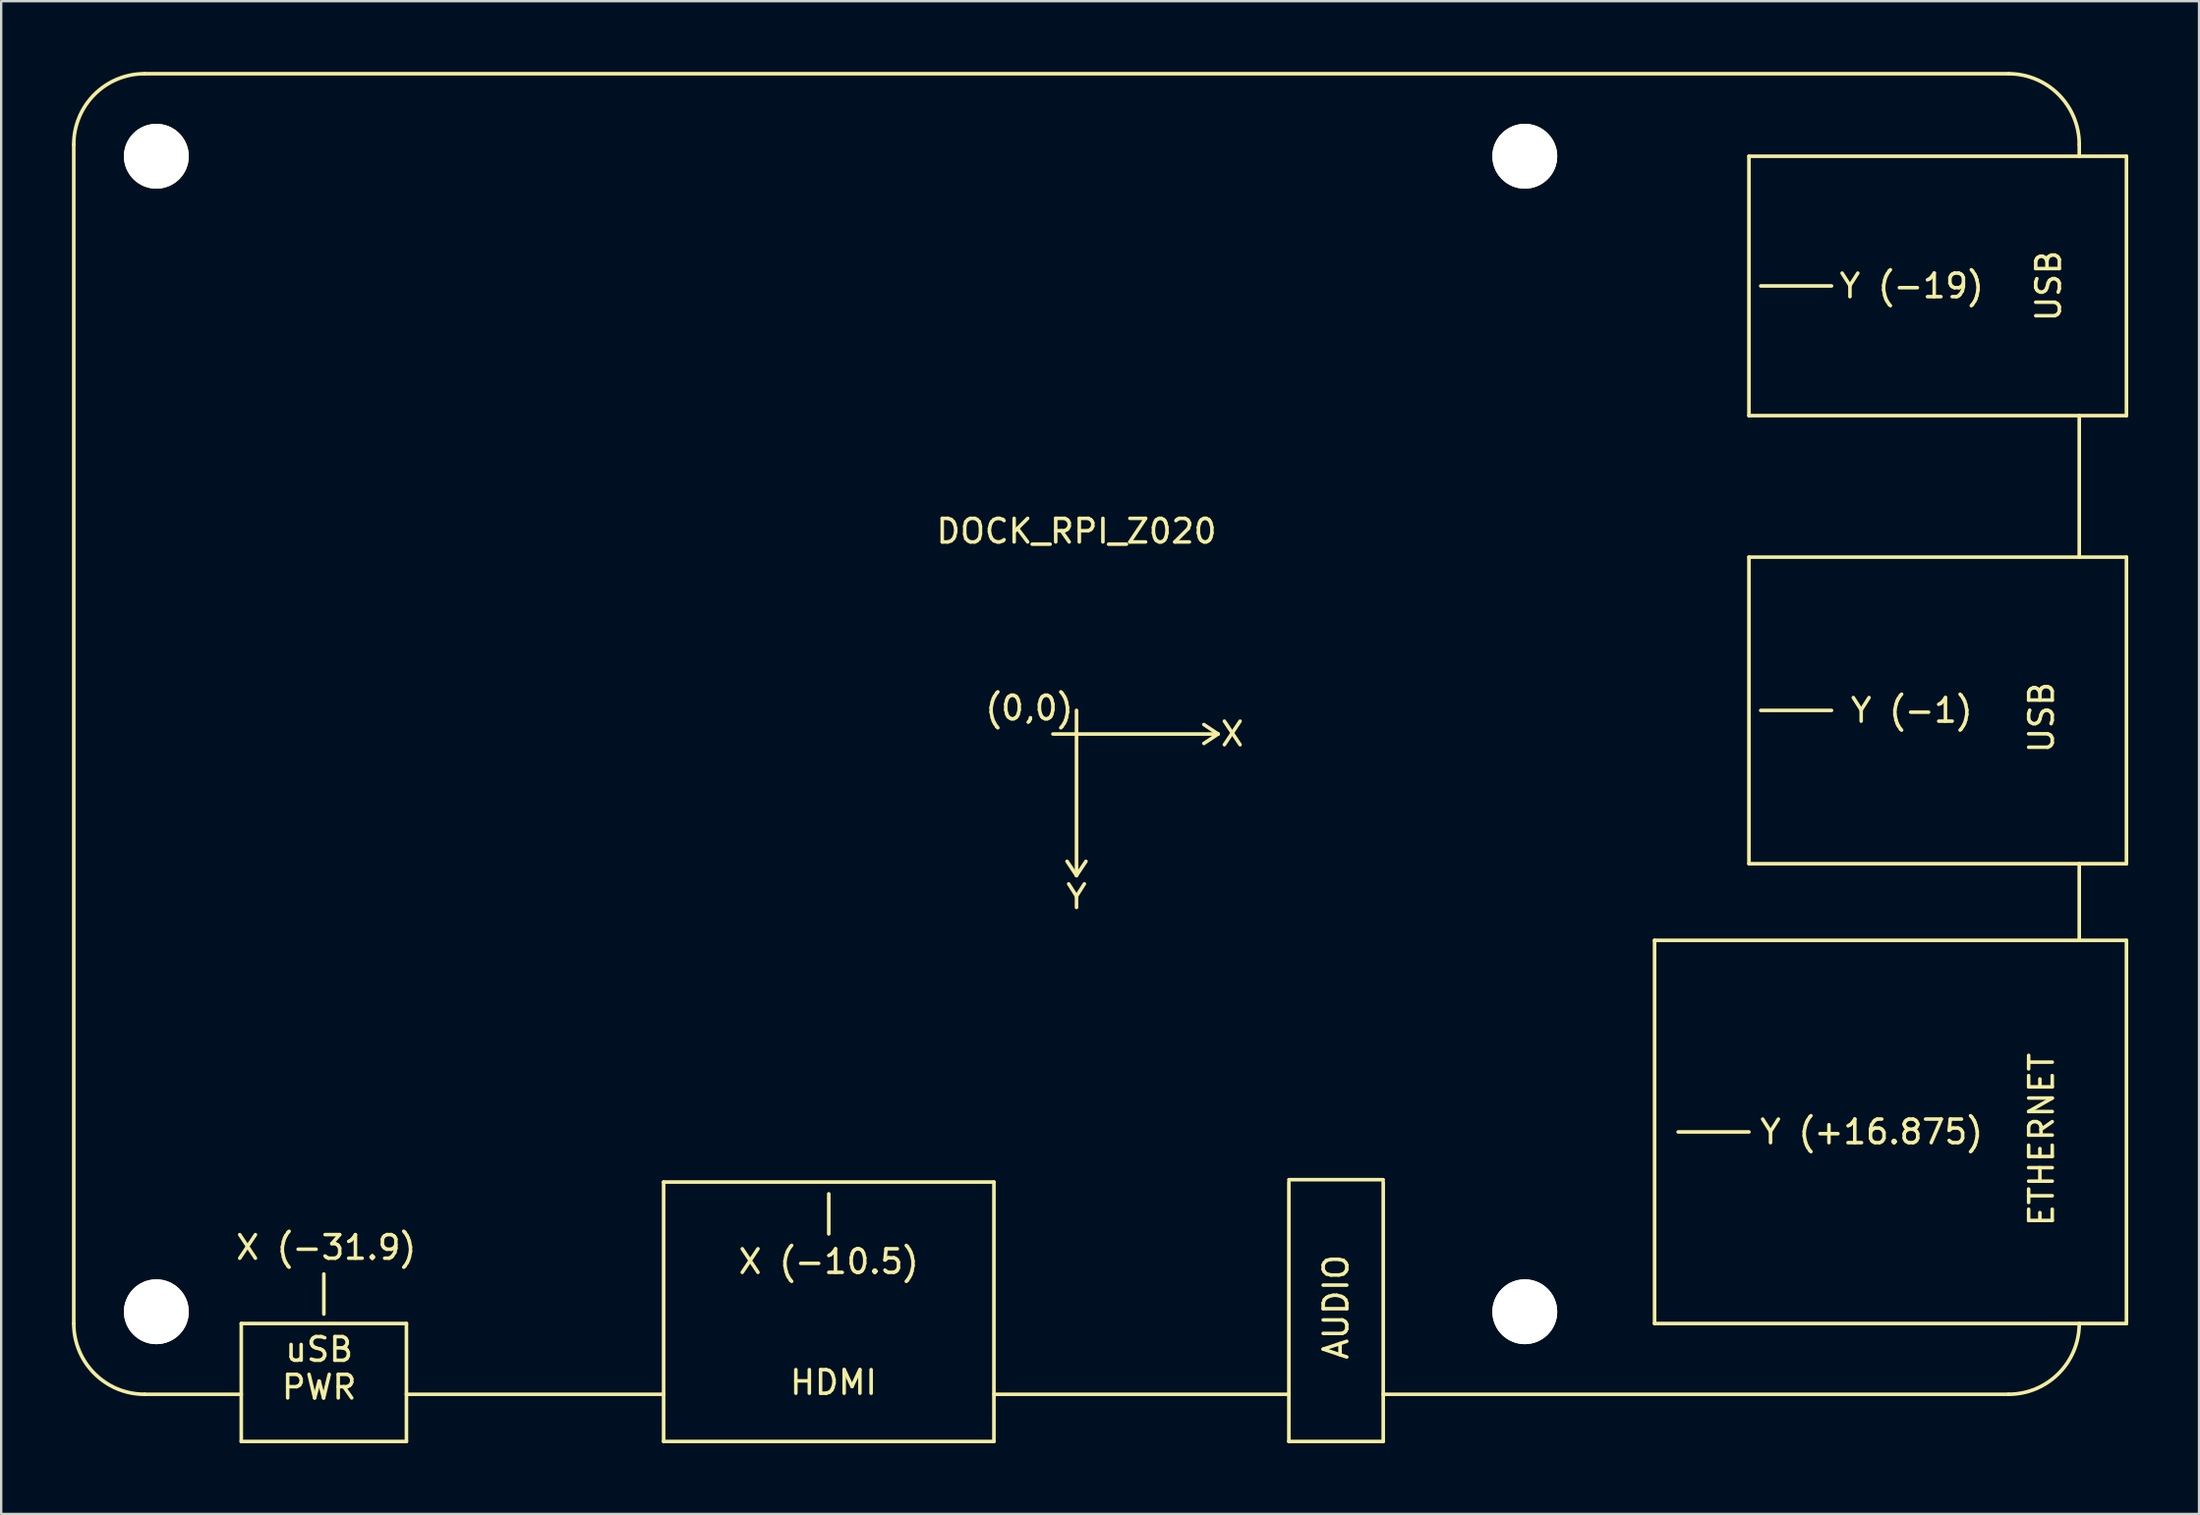
<source format=kicad_pcb>
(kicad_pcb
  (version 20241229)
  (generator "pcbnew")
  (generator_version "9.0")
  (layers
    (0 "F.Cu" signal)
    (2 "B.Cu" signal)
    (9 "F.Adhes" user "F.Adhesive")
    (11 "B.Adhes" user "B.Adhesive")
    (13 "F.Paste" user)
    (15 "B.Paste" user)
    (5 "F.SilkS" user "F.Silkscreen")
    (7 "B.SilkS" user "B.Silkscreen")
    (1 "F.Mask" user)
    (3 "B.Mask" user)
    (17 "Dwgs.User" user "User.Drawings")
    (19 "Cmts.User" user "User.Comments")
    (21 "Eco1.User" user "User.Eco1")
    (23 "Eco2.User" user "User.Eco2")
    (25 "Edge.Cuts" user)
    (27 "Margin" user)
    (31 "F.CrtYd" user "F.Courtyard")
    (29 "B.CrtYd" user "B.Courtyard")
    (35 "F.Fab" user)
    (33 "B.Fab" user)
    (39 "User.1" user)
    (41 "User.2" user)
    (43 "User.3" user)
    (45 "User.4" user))
  (footprint "DOCK_RPI_Z020"
    (layer "F.Cu")
    (at 42.576 28.076)
    (property "Reference" "DOCK_RPI_Z020" (at 0 -8.6 0) (layer "F.SilkS") (effects (font (size 1 1) (thickness 0.15))))
    (attr through_hole)
    (fp_line (start -42.5 -25) (end -42.5 25) (stroke (width 0.152) (type solid)) (layer "F.SilkS"))
    (fp_line (start -39.5 -28) (end 39.5 -28) (stroke (width 0.152) (type solid)) (layer "F.SilkS"))
    (fp_line (start -35.4 25) (end -35.4 30) (stroke (width 0.152) (type solid)) (layer "F.SilkS"))
    (fp_line (start -35.4 25) (end -28.4 25) (stroke (width 0.152) (type solid)) (layer "F.SilkS"))
    (fp_line (start -35.4 28) (end -39.5 28) (stroke (width 0.152) (type solid)) (layer "F.SilkS"))
    (fp_line (start -35.4 30) (end -28.4 30) (stroke (width 0.152) (type solid)) (layer "F.SilkS"))
    (fp_line (start -31.9 22.9) (end -31.9 24.6) (stroke (width 0.152) (type solid)) (layer "F.SilkS"))
    (fp_line (start -28.4 25) (end -28.4 30) (stroke (width 0.152) (type solid)) (layer "F.SilkS"))
    (fp_line (start -17.5 19) (end -17.5 30) (stroke (width 0.152) (type solid)) (layer "F.SilkS"))
    (fp_line (start -17.5 19) (end -3.5 19) (stroke (width 0.152) (type solid)) (layer "F.SilkS"))
    (fp_line (start -17.5 28) (end -28.4 28) (stroke (width 0.152) (type solid)) (layer "F.SilkS"))
    (fp_line (start -17.5 30) (end -3.5 30) (stroke (width 0.152) (type solid)) (layer "F.SilkS"))
    (fp_line (start -10.5 19.5) (end -10.5 21.2) (stroke (width 0.152) (type solid)) (layer "F.SilkS"))
    (fp_line (start -3.5 19) (end -3.5 30) (stroke (width 0.152) (type solid)) (layer "F.SilkS"))
    (fp_line (start -1 0) (end 6 0) (stroke (width 0.152) (type solid)) (layer "F.SilkS"))
    (fp_line (start 0 -1) (end 0 6) (stroke (width 0.152) (type solid)) (layer "F.SilkS"))
    (fp_line (start 0 6) (end -0.4 5.4) (stroke (width 0.152) (type solid)) (layer "F.SilkS"))
    (fp_line (start 0 6) (end 0.4 5.4) (stroke (width 0.152) (type solid)) (layer "F.SilkS"))
    (fp_line (start 6 0) (end 5.4 -0.4) (stroke (width 0.152) (type solid)) (layer "F.SilkS"))
    (fp_line (start 6 0) (end 5.4 0.4) (stroke (width 0.152) (type solid)) (layer "F.SilkS"))
    (fp_line (start 9 18.9) (end 13 18.9) (stroke (width 0.152) (type solid)) (layer "F.SilkS"))
    (fp_line (start 9 19) (end 9 30) (stroke (width 0.152) (type solid)) (layer "F.SilkS"))
    (fp_line (start 9 28) (end -3.5 28) (stroke (width 0.152) (type solid)) (layer "F.SilkS"))
    (fp_line (start 9 30) (end 13 30) (stroke (width 0.152) (type solid)) (layer "F.SilkS"))
    (fp_line (start 13 19) (end 13 30) (stroke (width 0.152) (type solid)) (layer "F.SilkS"))
    (fp_line (start 13 28) (end 39.5 28) (stroke (width 0.152) (type solid)) (layer "F.SilkS"))
    (fp_line (start 24.5 8.75) (end 24.5 25) (stroke (width 0.152) (type solid)) (layer "F.SilkS"))
    (fp_line (start 25.5 16.875) (end 28.5 16.875) (stroke (width 0.152) (type solid)) (layer "F.SilkS"))
    (fp_line (start 28.5 -24.5) (end 28.5 -13.5) (stroke (width 0.152) (type solid)) (layer "F.SilkS"))
    (fp_line (start 28.5 -7.5) (end 28.5 5.5) (stroke (width 0.152) (type solid)) (layer "F.SilkS"))
    (fp_line (start 29 -19) (end 32 -19) (stroke (width 0.152) (type solid)) (layer "F.SilkS"))
    (fp_line (start 29 -1) (end 32 -1) (stroke (width 0.152) (type solid)) (layer "F.SilkS"))
    (fp_line (start 42.5 -25) (end 42.5 -24.5) (stroke (width 0.152) (type solid)) (layer "F.SilkS"))
    (fp_line (start 42.5 -13.5) (end 42.5 -7.5) (stroke (width 0.152) (type solid)) (layer "F.SilkS"))
    (fp_line (start 42.5 5.5) (end 42.5 8.7) (stroke (width 0.152) (type solid)) (layer "F.SilkS"))
    (fp_line (start 44.5 -24.5) (end 28.5 -24.5) (stroke (width 0.152) (type solid)) (layer "F.SilkS"))
    (fp_line (start 44.5 -24.5) (end 44.5 -13.5) (stroke (width 0.152) (type solid)) (layer "F.SilkS"))
    (fp_line (start 44.5 -13.5) (end 28.5 -13.5) (stroke (width 0.152) (type solid)) (layer "F.SilkS"))
    (fp_line (start 44.5 -7.5) (end 28.5 -7.5) (stroke (width 0.152) (type solid)) (layer "F.SilkS"))
    (fp_line (start 44.5 -7.5) (end 44.5 5.5) (stroke (width 0.152) (type solid)) (layer "F.SilkS"))
    (fp_line (start 44.5 5.5) (end 28.5 5.5) (stroke (width 0.152) (type solid)) (layer "F.SilkS"))
    (fp_line (start 44.5 8.75) (end 24.5 8.75) (stroke (width 0.152) (type solid)) (layer "F.SilkS"))
    (fp_line (start 44.5 8.75) (end 44.5 25) (stroke (width 0.152) (type solid)) (layer "F.SilkS"))
    (fp_line (start 44.5 25) (end 24.5 25) (stroke (width 0.152) (type solid)) (layer "F.SilkS"))
    (fp_arc (start -42.5 -25) (mid -41.62132 -27.12132) (end -39.5 -28) (stroke (width 0.1524) (type solid)) (layer "F.SilkS"))
    (fp_arc (start -39.5 28) (mid -41.62132 27.12132) (end -42.5 25) (stroke (width 0.1524) (type solid)) (layer "F.SilkS"))
    (fp_arc (start 39.5 -28) (mid 41.62132 -27.12132) (end 42.5 -25) (stroke (width 0.1524) (type solid)) (layer "F.SilkS"))
    (fp_arc (start 42.5 25) (mid 41.62132 27.12132) (end 39.5 28) (stroke (width 0.1524) (type solid)) (layer "F.SilkS"))
    (fp_text user "Y" (at 0 6.9 0) (layer "F.SilkS") (effects (font (size 1 1) (thickness 0.15))))
    (fp_text user "X (-31.9)" (at -31.8 21.775 0) (layer "F.SilkS") (effects (font (size 1 1) (thickness 0.15))))
    (fp_text user "HDMI" (at -10.3 27.5 0) (layer "F.SilkS") (effects (font (size 1 1) (thickness 0.15))))
    (fp_text user "USB" (at 40.9 -0.7 90) (layer "F.SilkS") (effects (font (size 1 1) (thickness 0.15))))
    (fp_text user "ETHERNET" (at 40.9 17.2 90) (layer "F.SilkS") (effects (font (size 1 1) (thickness 0.15))))
    (fp_text user "USB" (at 41.2 -19 90) (layer "F.SilkS") (effects (font (size 1 1) (thickness 0.15))))
    (fp_text user "uSB" (at -32.1 26.1 0) (layer "F.SilkS") (effects (font (size 1 1) (thickness 0.15))))
    (fp_text user "Y (-19)" (at 35.4 -19 0) (layer "F.SilkS") (effects (font (size 1 1) (thickness 0.15))))
    (fp_text user "(0,0)" (at -2 -1.1 0) (layer "F.SilkS") (effects (font (size 1 1) (thickness 0.15))))
    (fp_text user "X (-10.5)" (at -10.5 22.375 0) (layer "F.SilkS") (effects (font (size 1 1) (thickness 0.15))))
    (fp_text user "PWR" (at -32.1 27.7 0) (layer "F.SilkS") (effects (font (size 1 1) (thickness 0.15))))
    (fp_text user "Y (+16.875)" (at 33.7 16.875 0) (layer "F.SilkS") (effects (font (size 1 1) (thickness 0.15))))
    (fp_text user "X" (at 6.6 0 0) (layer "F.SilkS") (effects (font (size 1 1) (thickness 0.15))))
    (fp_text user "Y (-1)" (at 35.4 -1 0) (layer "F.SilkS") (effects (font (size 1 1) (thickness 0.15))))
    (fp_text user "AUDIO" (at 11 24.3 90) (layer "F.SilkS") (effects (font (size 1 1) (thickness 0.15))))
    (pad "" np_thru_hole circle (at -39 -24.5) (size 2.75 2.75) (drill 2.75) (layers "*.Cu" "*.Mask" "F.SilkS"))
    (pad "" np_thru_hole circle (at -39 24.5) (size 2.75 2.75) (drill 2.75) (layers "*.Cu" "*.Mask" "F.SilkS"))
    (pad "" np_thru_hole circle (at 19 -24.5) (size 2.75 2.75) (drill 2.75) (layers "*.Cu" "*.Mask" "F.SilkS"))
    (pad "" np_thru_hole circle (at 19 24.5) (size 2.75 2.75) (drill 2.75) (layers "*.Cu" "*.Mask" "F.SilkS")))
  (gr_rect
    (start -3 -3)
    (end 90.152 61.152)
    (stroke (width 0.1) (type default))
    (fill no)
    (layer "Edge.Cuts")))
</source>
